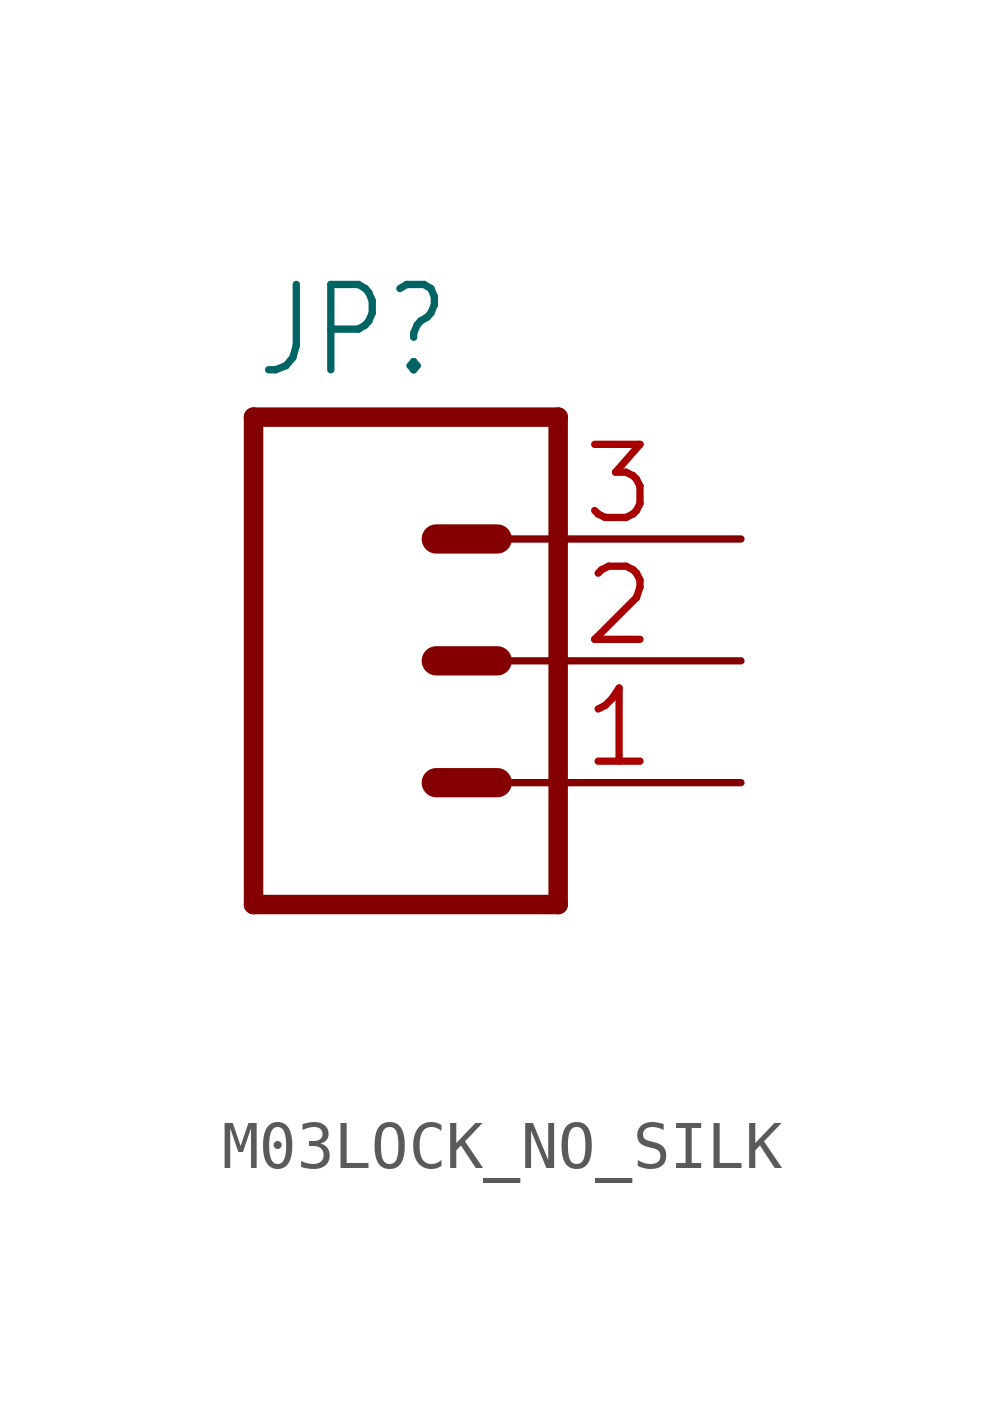
<source format=kicad_sym>
(kicad_symbol_lib
  (version 20241209)
  (generator "kicad_symbol_editor")
  (generator_version "9.0")
  (symbol "M03LOCK_NO_SILK"
    (property "Reference" "JP"
      (at -2.54 5.842 0)
      (effects (font (size 1.778 1.511)) (justify left bottom)))
    (property "Value" ""
      (at -2.54 -7.62 0)
      (effects (font (size 1.778 1.511)) (justify left bottom)))
    (property "ki_locked" ""
      (at 0 0 0)
      (effects (font (size 1.27 1.27))))
    (symbol "M03LOCK_NO_SILK_1_0"
      (polyline (pts (xy -2.54 5.08) (xy -2.54 -5.08)) (stroke (width 0.406) (type solid)) (fill (type none)))
      (polyline (pts (xy -2.54 5.08) (xy 3.81 5.08)) (stroke (width 0.406) (type solid)) (fill (type none)))
      (polyline (pts (xy 1.27 2.54) (xy 2.54 2.54)) (stroke (width 0.61) (type solid)) (fill (type none)))
      (polyline (pts (xy 1.27 0) (xy 2.54 0)) (stroke (width 0.61) (type solid)) (fill (type none)))
      (polyline (pts (xy 1.27 -2.54) (xy 2.54 -2.54)) (stroke (width 0.61) (type solid)) (fill (type none)))
      (polyline (pts (xy 3.81 -5.08) (xy -2.54 -5.08)) (stroke (width 0.406) (type solid)) (fill (type none)))
      (polyline (pts (xy 3.81 -5.08) (xy 3.81 5.08)) (stroke (width 0.406) (type solid)) (fill (type none)))
      (pin passive line (at 7.62 2.54 180) (length 5.08) (name "3" (effects (font (size 0 0)))) (number "3" (effects (font (size 1.524 1.524)))))
      (pin passive line (at 7.62 0 180) (length 5.08) (name "2" (effects (font (size 0 0)))) (number "2" (effects (font (size 1.524 1.524)))))
      (pin passive line (at 7.62 -2.54 180) (length 5.08) (name "1" (effects (font (size 0 0)))) (number "1" (effects (font (size 1.524 1.524))))))))
</source>
